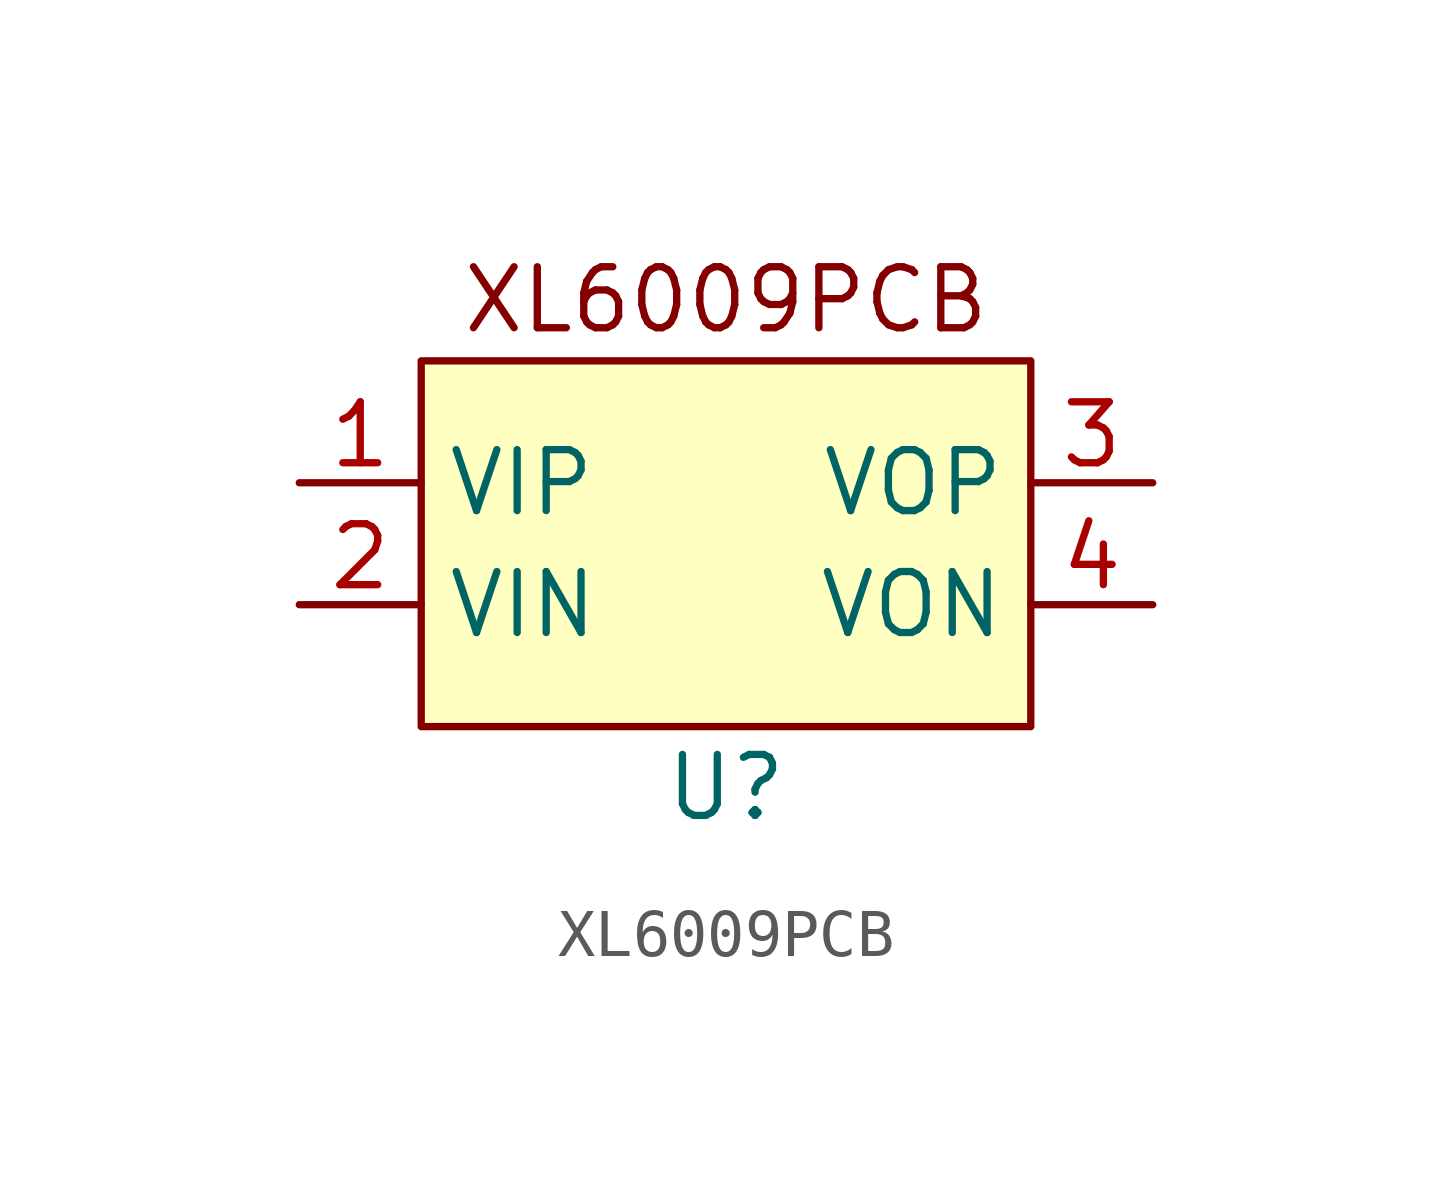
<source format=kicad_sym>
(kicad_symbol_lib
  (version 20220914)
  (generator kicad_symbol_editor)
  (symbol "XL6009PCB"
    (property "Reference" "U"
      (at 0 -5.08 0)
      (effects (font (size 1.27 1.27))))
    (property "Value" ""
      (at 0 0 0)
      (effects (font (size 1.27 1.27))))
    (symbol "XL6009PCB_1_1"
      (rectangle (start -6.35 3.81) (end 6.35 -3.81) (stroke (width 0) (type default)) (fill (type background)))
      (text "XL6009PCB" (at 0 5.08 0) (effects (font (size 1.27 1.27))))
      (pin input line (at -8.89 1.27 0) (length 2.54) (name "VIP" (effects (font (size 1.27 1.27)))) (number "1" (effects (font (size 1.27 1.27)))))
      (pin input line (at -8.89 -1.27 0) (length 2.54) (name "VIN" (effects (font (size 1.27 1.27)))) (number "2" (effects (font (size 1.27 1.27)))))
      (pin input line (at 8.89 1.27 180) (length 2.54) (name "VOP" (effects (font (size 1.27 1.27)))) (number "3" (effects (font (size 1.27 1.27)))))
      (pin input line (at 8.89 -1.27 180) (length 2.54) (name "VON" (effects (font (size 1.27 1.27)))) (number "4" (effects (font (size 1.27 1.27))))))))
</source>
